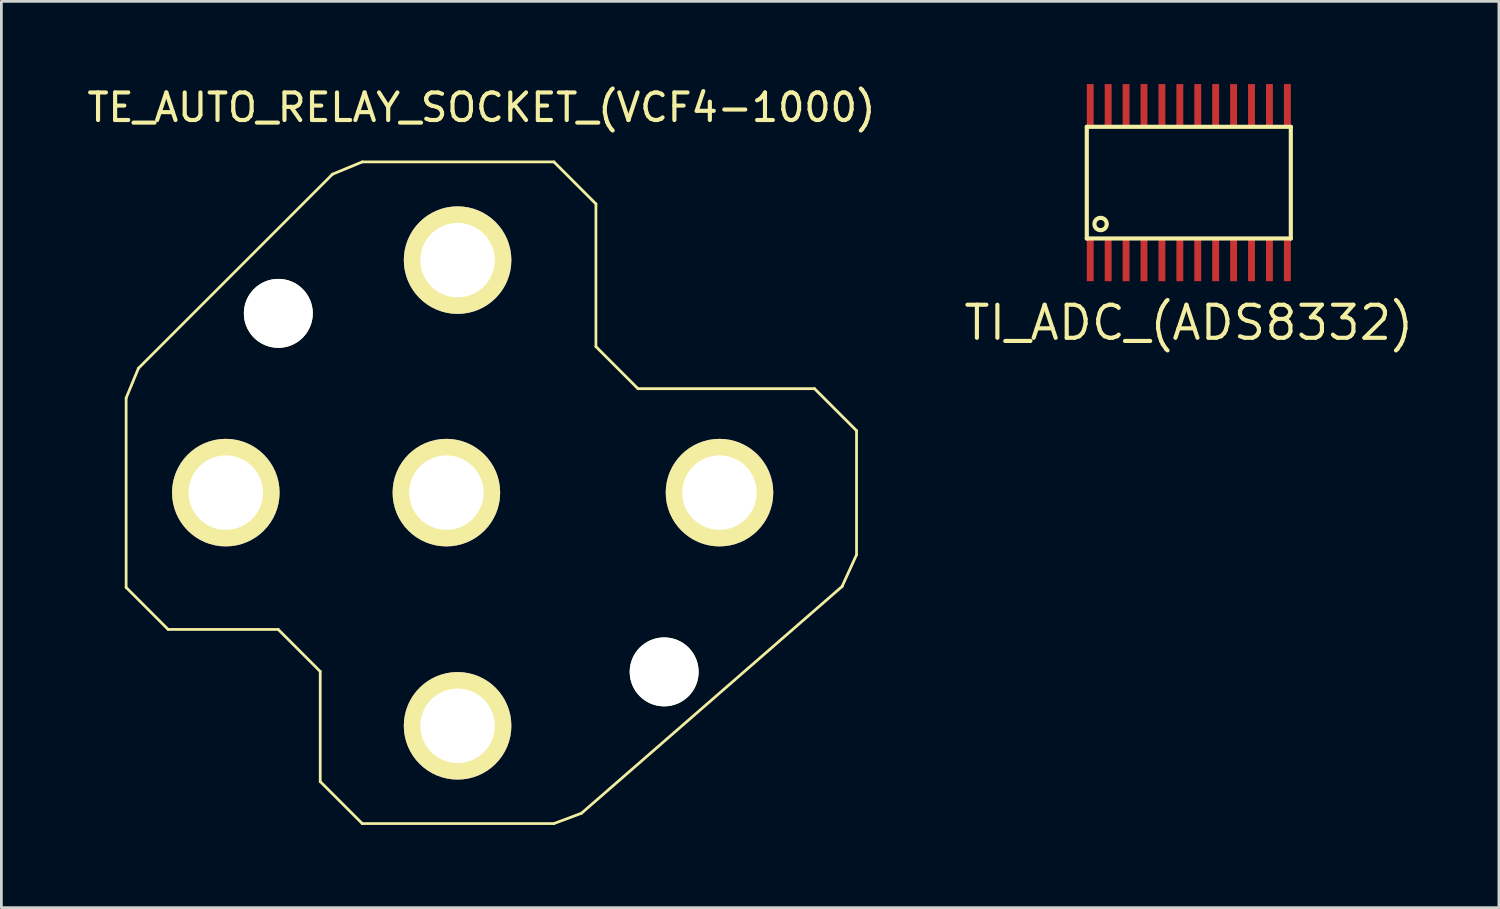
<source format=kicad_pcb>
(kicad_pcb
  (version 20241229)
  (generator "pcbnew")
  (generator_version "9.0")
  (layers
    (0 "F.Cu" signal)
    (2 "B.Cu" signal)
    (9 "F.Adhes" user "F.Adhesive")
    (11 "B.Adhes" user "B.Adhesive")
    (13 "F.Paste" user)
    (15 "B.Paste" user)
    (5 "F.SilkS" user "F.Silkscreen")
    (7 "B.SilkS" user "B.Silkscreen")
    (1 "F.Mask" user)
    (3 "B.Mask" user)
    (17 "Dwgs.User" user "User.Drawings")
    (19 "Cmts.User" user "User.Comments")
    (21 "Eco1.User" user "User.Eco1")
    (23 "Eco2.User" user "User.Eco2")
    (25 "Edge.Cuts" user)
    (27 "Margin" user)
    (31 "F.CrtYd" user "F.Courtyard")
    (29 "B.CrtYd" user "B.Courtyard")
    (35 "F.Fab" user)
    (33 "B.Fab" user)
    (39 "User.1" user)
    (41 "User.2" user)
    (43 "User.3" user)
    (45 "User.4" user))
  (footprint "TI_ADC_(ADS8332)"
    (layer "F.Cu")
    (at 40.069 3.575)
    (property "Reference" "TI_ADC_(ADS8332)" (at 0 5.08 180) (layer "F.SilkS") (effects (font (size 1.2 1.2) (thickness 0.15))))
    (attr through_hole)
    (fp_line (start -3.7 -2.025) (end -3.7 2.025) (stroke (width 0.15) (type solid)) (layer "F.SilkS"))
    (fp_line (start -3.7 2.025) (end 3.7 2.025) (stroke (width 0.15) (type solid)) (layer "F.SilkS"))
    (fp_line (start 3.7 -2.025) (end -3.7 -2.025) (stroke (width 0.15) (type solid)) (layer "F.SilkS"))
    (fp_line (start 3.7 2.025) (end 3.7 -2.025) (stroke (width 0.15) (type solid)) (layer "F.SilkS"))
    (fp_circle (center -3.2 1.5) (end -3 1.6) (stroke (width 0.15) (type solid)) (fill no) (layer "F.SilkS"))
    (pad "1" smd rect (at -3.575 2.8) (size 0.25 1.55) (layers "F.Cu" "F.Mask" "F.Paste"))
    (pad "2" smd rect (at -2.925 2.8) (size 0.25 1.55) (layers "F.Cu" "F.Mask" "F.Paste"))
    (pad "3" smd rect (at -2.275 2.8) (size 0.25 1.55) (layers "F.Cu" "F.Mask" "F.Paste"))
    (pad "4" smd rect (at -1.625 2.8) (size 0.25 1.55) (layers "F.Cu" "F.Mask" "F.Paste"))
    (pad "5" smd rect (at -0.975 2.8) (size 0.25 1.55) (layers "F.Cu" "F.Mask" "F.Paste"))
    (pad "6" smd rect (at -0.325 2.8) (size 0.25 1.55) (layers "F.Cu" "F.Mask" "F.Paste"))
    (pad "7" smd rect (at 0.325 2.8) (size 0.25 1.55) (layers "F.Cu" "F.Mask" "F.Paste"))
    (pad "8" smd rect (at 0.975 2.8) (size 0.25 1.55) (layers "F.Cu" "F.Mask" "F.Paste"))
    (pad "9" smd rect (at 1.625 2.8) (size 0.25 1.55) (layers "F.Cu" "F.Mask" "F.Paste"))
    (pad "10" smd rect (at 2.275 2.8) (size 0.25 1.55) (layers "F.Cu" "F.Mask" "F.Paste"))
    (pad "11" smd rect (at 2.925 2.8) (size 0.25 1.55) (layers "F.Cu" "F.Mask" "F.Paste"))
    (pad "12" smd rect (at 3.575 2.8) (size 0.25 1.55) (layers "F.Cu" "F.Mask" "F.Paste"))
    (pad "13" smd rect (at 3.575 -2.8) (size 0.25 1.55) (layers "F.Cu" "F.Mask" "F.Paste"))
    (pad "14" smd rect (at 2.925 -2.8) (size 0.25 1.55) (layers "F.Cu" "F.Mask" "F.Paste"))
    (pad "15" smd rect (at 2.275 -2.8) (size 0.25 1.55) (layers "F.Cu" "F.Mask" "F.Paste"))
    (pad "16" smd rect (at 1.625 -2.8) (size 0.25 1.55) (layers "F.Cu" "F.Mask" "F.Paste"))
    (pad "17" smd rect (at 0.975 -2.8) (size 0.25 1.55) (layers "F.Cu" "F.Mask" "F.Paste"))
    (pad "18" smd rect (at 0.325 -2.8) (size 0.25 1.55) (layers "F.Cu" "F.Mask" "F.Paste"))
    (pad "19" smd rect (at -0.325 -2.8) (size 0.25 1.55) (layers "F.Cu" "F.Mask" "F.Paste"))
    (pad "20" smd rect (at -0.975 -2.8) (size 0.25 1.55) (layers "F.Cu" "F.Mask" "F.Paste"))
    (pad "21" smd rect (at -1.625 -2.8) (size 0.25 1.55) (layers "F.Cu" "F.Mask" "F.Paste"))
    (pad "22" smd rect (at -2.275 -2.8) (size 0.25 1.55) (layers "F.Cu" "F.Mask" "F.Paste"))
    (pad "23" smd rect (at -2.925 -2.8) (size 0.25 1.55) (layers "F.Cu" "F.Mask" "F.Paste"))
    (pad "24" smd rect (at -3.575 -2.8) (size 0.25 1.55) (layers "F.Cu" "F.Mask" "F.Paste")))
  (footprint "TE_AUTO_RELAY_SOCKET_(VCF4-1000)"
    (layer "F.Cu")
    (at 13.141 14.818)
    (property "Reference" "TE_AUTO_RELAY_SOCKET_(VCF4-1000)" (at 1.27 -13.97 0) (layer "F.SilkS") (effects (font (size 1 1) (thickness 0.15))))
    (attr through_hole)
    (fp_line (start -11.616 -3.432) (end -11.17 -4.51) (stroke (width 0.1) (type solid)) (layer "F.SilkS"))
    (fp_line (start -11.616 3.439) (end -11.616 -3.432) (stroke (width 0.1) (type solid)) (layer "F.SilkS"))
    (fp_line (start -11.17 -4.51) (end -4.13 -11.55) (stroke (width 0.1) (type solid)) (layer "F.SilkS"))
    (fp_line (start -10.092 4.963) (end -11.616 3.439) (stroke (width 0.1) (type solid)) (layer "F.SilkS"))
    (fp_line (start -6.1 4.963) (end -10.092 4.963) (stroke (width 0.1) (type solid)) (layer "F.SilkS"))
    (fp_line (start -4.576 6.487) (end -6.1 4.963) (stroke (width 0.1) (type solid)) (layer "F.SilkS"))
    (fp_line (start -4.576 10.48) (end -4.576 6.487) (stroke (width 0.1) (type solid)) (layer "F.SilkS"))
    (fp_line (start -4.13 -11.55) (end -3.052 -11.996) (stroke (width 0.1) (type solid)) (layer "F.SilkS"))
    (fp_line (start -3.052 -11.996) (end 3.9 -11.996) (stroke (width 0.1) (type solid)) (layer "F.SilkS"))
    (fp_line (start -3.052 12.004) (end -4.576 10.48) (stroke (width 0.1) (type solid)) (layer "F.SilkS"))
    (fp_line (start 3.9 -11.996) (end 5.424 -10.472) (stroke (width 0.1) (type solid)) (layer "F.SilkS"))
    (fp_line (start 3.9 12.004) (end -3.052 12.004) (stroke (width 0.1) (type solid)) (layer "F.SilkS"))
    (fp_line (start 4.9 11.629) (end 3.9 12.004) (stroke (width 0.1) (type solid)) (layer "F.SilkS"))
    (fp_line (start 5.424 -10.472) (end 5.424 -5.295) (stroke (width 0.1) (type solid)) (layer "F.SilkS"))
    (fp_line (start 5.424 -5.295) (end 6.948 -3.771) (stroke (width 0.1) (type solid)) (layer "F.SilkS"))
    (fp_line (start 6.948 -3.771) (end 13.352 -3.771) (stroke (width 0.1) (type solid)) (layer "F.SilkS"))
    (fp_line (start 13.352 -3.771) (end 14.876 -2.247) (stroke (width 0.1) (type solid)) (layer "F.SilkS"))
    (fp_line (start 14.352 3.404) (end 4.9 11.629) (stroke (width 0.1) (type solid)) (layer "F.SilkS"))
    (fp_line (start 14.876 -2.247) (end 14.876 2.255) (stroke (width 0.1) (type solid)) (layer "F.SilkS"))
    (fp_line (start 14.876 2.255) (end 14.352 3.404) (stroke (width 0.1) (type solid)) (layer "F.SilkS"))
    (pad "" np_thru_hole circle (at -6.096 -6.502) (size 2.5 2.5) (drill 2.5) (layers "*.Cu" "*.Mask" "F.SilkS"))
    (pad "" np_thru_hole circle (at 7.899 6.502) (size 2.5 2.5) (drill 2.5) (layers "*.Cu" "*.Mask" "F.SilkS"))
    (pad "30" thru_hole circle (at 9.906 0) (size 3.9 3.9) (drill 2.7) (layers "*.Cu" "*.Mask" "F.SilkS"))
    (pad "85" thru_hole circle (at 0.406 8.458) (size 3.9 3.9) (drill 2.7) (layers "*.Cu" "*.Mask" "F.SilkS"))
    (pad "86" thru_hole circle (at 0.406 -8.433) (size 3.9 3.9) (drill 2.7) (layers "*.Cu" "*.Mask" "F.SilkS"))
    (pad "87" thru_hole circle (at -8.001 0) (size 3.9 3.9) (drill 2.7) (layers "*.Cu" "*.Mask" "F.SilkS"))
    (pad "87a" thru_hole circle (at 0 0) (size 3.9 3.9) (drill 2.7) (layers "*.Cu" "*.Mask" "F.SilkS")))
  (gr_rect
    (start -3 -3)
    (end 51.317 29.872)
    (stroke (width 0.1) (type default))
    (fill no)
    (layer "Edge.Cuts")))
</source>
